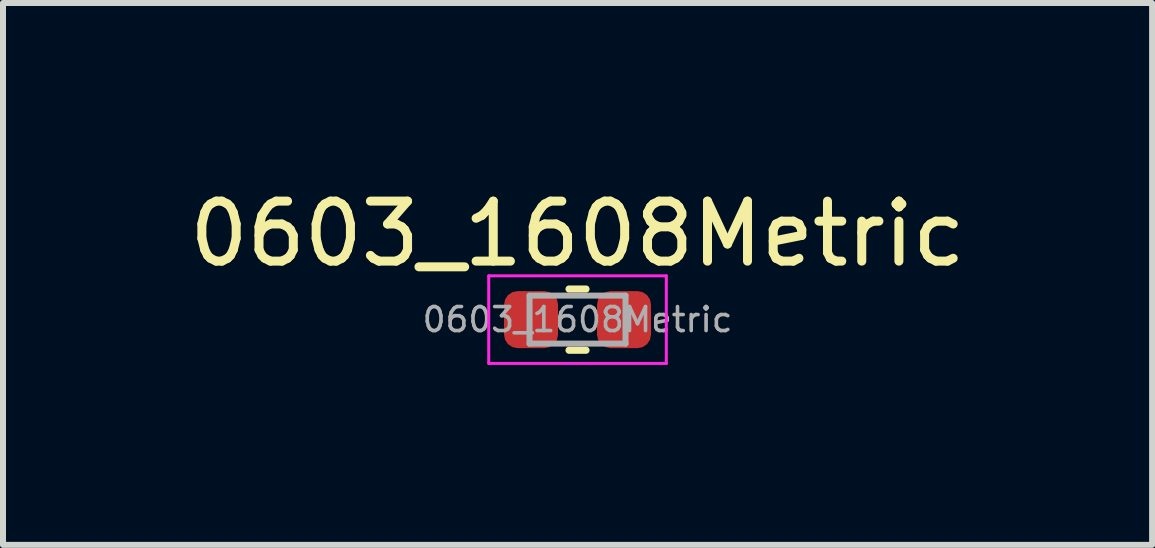
<source format=kicad_pcb>
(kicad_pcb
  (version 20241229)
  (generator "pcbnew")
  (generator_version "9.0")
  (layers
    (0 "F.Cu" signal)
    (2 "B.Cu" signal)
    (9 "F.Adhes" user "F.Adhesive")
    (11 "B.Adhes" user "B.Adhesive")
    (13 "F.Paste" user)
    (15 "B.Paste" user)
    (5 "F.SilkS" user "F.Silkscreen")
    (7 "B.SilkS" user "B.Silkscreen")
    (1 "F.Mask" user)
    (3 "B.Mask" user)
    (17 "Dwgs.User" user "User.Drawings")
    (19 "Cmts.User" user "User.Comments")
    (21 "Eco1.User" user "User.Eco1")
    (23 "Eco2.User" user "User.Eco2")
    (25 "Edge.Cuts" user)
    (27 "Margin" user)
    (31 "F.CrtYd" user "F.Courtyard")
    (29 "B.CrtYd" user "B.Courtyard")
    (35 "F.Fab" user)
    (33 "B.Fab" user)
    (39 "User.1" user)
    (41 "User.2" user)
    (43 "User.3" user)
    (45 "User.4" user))
  (footprint "0603_1608Metric"
    (layer "F.Cu")
    (at 6.577 2.278)
    (property "Reference" "0603_1608Metric" (at 0 -1.43 0) (layer "F.SilkS") (effects (font (size 1 1) (thickness 0.15))))
    (attr smd)
    (fp_line (start -0.141 -0.51) (end 0.141 -0.51) (stroke (width 0.12) (type solid)) (layer "F.SilkS"))
    (fp_line (start -0.141 0.51) (end 0.141 0.51) (stroke (width 0.12) (type solid)) (layer "F.SilkS"))
    (fp_line (start -1.48 -0.73) (end 1.48 -0.73) (stroke (width 0.05) (type solid)) (layer "F.CrtYd"))
    (fp_line (start -1.48 0.73) (end -1.48 -0.73) (stroke (width 0.05) (type solid)) (layer "F.CrtYd"))
    (fp_line (start 1.48 -0.73) (end 1.48 0.73) (stroke (width 0.05) (type solid)) (layer "F.CrtYd"))
    (fp_line (start 1.48 0.73) (end -1.48 0.73) (stroke (width 0.05) (type solid)) (layer "F.CrtYd"))
    (fp_line (start -0.8 -0.4) (end 0.8 -0.4) (stroke (width 0.1) (type solid)) (layer "F.Fab"))
    (fp_line (start -0.8 0.4) (end -0.8 -0.4) (stroke (width 0.1) (type solid)) (layer "F.Fab"))
    (fp_line (start 0.8 -0.4) (end 0.8 0.4) (stroke (width 0.1) (type solid)) (layer "F.Fab"))
    (fp_line (start 0.8 0.4) (end -0.8 0.4) (stroke (width 0.1) (type solid)) (layer "F.Fab"))
    (fp_text user "${REFERENCE}" (at 0 0 0) (layer "F.Fab") (effects (font (size 0.4 0.4) (thickness 0.06))))
    (pad "1" smd roundrect (at -0.775 0) (size 0.9 0.95) (layers "F.Cu" "F.Mask" "F.Paste") (roundrect_rratio 0.25))
    (pad "2" smd roundrect (at 0.775 0) (size 0.9 0.95) (layers "F.Cu" "F.Mask" "F.Paste") (roundrect_rratio 0.25)))
  (gr_rect
    (start -3 -3)
    (end 16.155 6.033)
    (stroke (width 0.1) (type default))
    (fill no)
    (layer "Edge.Cuts")))
</source>
